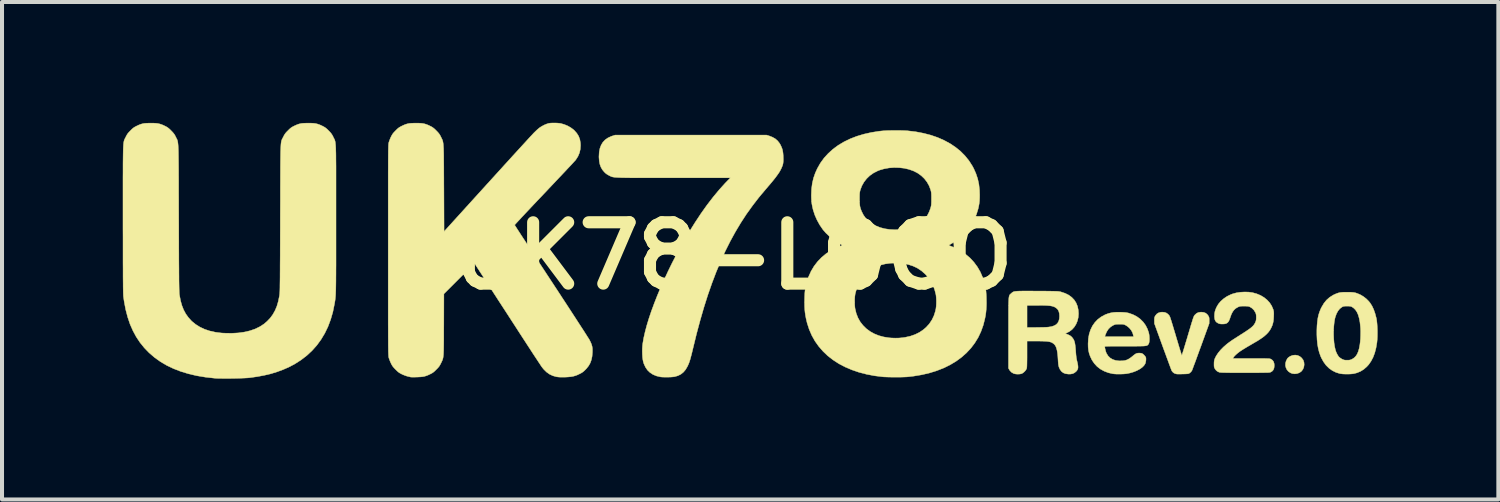
<source format=kicad_pcb>
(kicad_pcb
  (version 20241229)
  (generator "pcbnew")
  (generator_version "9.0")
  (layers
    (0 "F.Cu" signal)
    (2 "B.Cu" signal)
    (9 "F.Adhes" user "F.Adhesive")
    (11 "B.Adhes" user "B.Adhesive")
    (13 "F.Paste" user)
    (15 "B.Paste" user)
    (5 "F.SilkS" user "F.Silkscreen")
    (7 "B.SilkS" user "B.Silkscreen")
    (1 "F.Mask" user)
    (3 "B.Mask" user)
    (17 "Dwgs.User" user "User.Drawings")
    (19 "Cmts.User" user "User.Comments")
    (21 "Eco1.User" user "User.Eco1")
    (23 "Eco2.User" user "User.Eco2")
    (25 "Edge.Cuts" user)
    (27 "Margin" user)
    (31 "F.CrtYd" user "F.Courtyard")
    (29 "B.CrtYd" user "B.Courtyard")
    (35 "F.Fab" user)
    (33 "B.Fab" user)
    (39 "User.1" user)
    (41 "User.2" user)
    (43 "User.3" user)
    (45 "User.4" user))
  (footprint "UK78-LOGO"
    (layer "F.Cu")
    (at 15.165 3.306)
    (property "Reference" "UK78-LOGO" (at 0 0 0) (layer "F.SilkS") (effects (font (size 1.524 1.524) (thickness 0.3))))
    (attr through_hole)
    (fp_poly (pts (xy 14.02 2.473) (xy 14.073 2.497) (xy 14.118 2.534) (xy 14.155 2.583) (xy 14.16 2.592) (xy 14.178 2.647) (xy 14.182 2.706) (xy 14.173 2.764) (xy 14.151 2.818) (xy 14.117 2.863) (xy 14.113 2.868) (xy 14.065 2.902) (xy 14.01 2.923) (xy 13.95 2.931) (xy 13.891 2.924) (xy 13.845 2.908) (xy 13.794 2.874) (xy 13.755 2.83) (xy 13.73 2.779) (xy 13.717 2.723) (xy 13.719 2.665) (xy 13.735 2.607) (xy 13.765 2.551) (xy 13.771 2.543) (xy 13.79 2.525) (xy 13.818 2.505) (xy 13.844 2.49) (xy 13.903 2.469) (xy 13.963 2.464) (xy 14.02 2.473)) (stroke (width 0.01) (type solid)) (fill yes) (layer "F.SilkS"))
    (fp_poly (pts (xy 11.688 1.404) (xy 11.737 1.423) (xy 11.777 1.457) (xy 11.798 1.485) (xy 11.81 1.507) (xy 11.818 1.525) (xy 11.822 1.546) (xy 11.823 1.575) (xy 11.823 1.604) (xy 11.822 1.681) (xy 11.614 2.254) (xy 11.579 2.348) (xy 11.546 2.439) (xy 11.515 2.524) (xy 11.487 2.602) (xy 11.461 2.672) (xy 11.438 2.732) (xy 11.42 2.781) (xy 11.406 2.819) (xy 11.397 2.842) (xy 11.393 2.851) (xy 11.367 2.886) (xy 11.33 2.916) (xy 11.32 2.922) (xy 11.303 2.927) (xy 11.274 2.931) (xy 11.231 2.933) (xy 11.173 2.935) (xy 11.159 2.935) (xy 11.112 2.936) (xy 11.07 2.936) (xy 11.038 2.936) (xy 11.017 2.935) (xy 11.011 2.934) (xy 10.997 2.93) (xy 10.98 2.926) (xy 10.952 2.914) (xy 10.922 2.891) (xy 10.898 2.863) (xy 10.892 2.852) (xy 10.887 2.84) (xy 10.876 2.813) (xy 10.861 2.774) (xy 10.842 2.722) (xy 10.819 2.66) (xy 10.793 2.588) (xy 10.763 2.508) (xy 10.732 2.422) (xy 10.698 2.331) (xy 10.67 2.254) (xy 10.462 1.681) (xy 10.461 1.604) (xy 10.461 1.566) (xy 10.463 1.54) (xy 10.468 1.52) (xy 10.477 1.501) (xy 10.486 1.485) (xy 10.521 1.443) (xy 10.564 1.415) (xy 10.616 1.4) (xy 10.655 1.397) (xy 10.711 1.402) (xy 10.756 1.417) (xy 10.795 1.444) (xy 10.814 1.463) (xy 10.82 1.47) (xy 10.826 1.477) (xy 10.832 1.484) (xy 10.837 1.494) (xy 10.843 1.506) (xy 10.85 1.522) (xy 10.858 1.544) (xy 10.867 1.573) (xy 10.879 1.609) (xy 10.893 1.654) (xy 10.91 1.71) (xy 10.93 1.776) (xy 10.954 1.856) (xy 10.982 1.949) (xy 11.014 2.057) (xy 11.016 2.064) (xy 11.04 2.143) (xy 11.062 2.218) (xy 11.083 2.286) (xy 11.101 2.346) (xy 11.117 2.396) (xy 11.129 2.434) (xy 11.137 2.46) (xy 11.142 2.472) (xy 11.142 2.472) (xy 11.145 2.464) (xy 11.153 2.442) (xy 11.164 2.406) (xy 11.179 2.359) (xy 11.197 2.301) (xy 11.217 2.235) (xy 11.239 2.162) (xy 11.263 2.083) (xy 11.269 2.064) (xy 11.301 1.955) (xy 11.329 1.861) (xy 11.353 1.781) (xy 11.373 1.713) (xy 11.39 1.657) (xy 11.405 1.611) (xy 11.416 1.574) (xy 11.426 1.546) (xy 11.434 1.523) (xy 11.441 1.507) (xy 11.447 1.494) (xy 11.452 1.485) (xy 11.458 1.477) (xy 11.464 1.471) (xy 11.47 1.463) (xy 11.471 1.463) (xy 11.508 1.429) (xy 11.549 1.408) (xy 11.599 1.399) (xy 11.629 1.397) (xy 11.688 1.404)) (stroke (width 0.01) (type solid)) (fill yes) (layer "F.SilkS"))
    (fp_poly (pts (xy 15.317 0.902) (xy 15.372 0.905) (xy 15.419 0.91) (xy 15.461 0.919) (xy 15.501 0.933) (xy 15.545 0.951) (xy 15.586 0.97) (xy 15.656 1.012) (xy 15.724 1.065) (xy 15.785 1.126) (xy 15.819 1.168) (xy 15.867 1.243) (xy 15.909 1.332) (xy 15.944 1.433) (xy 15.973 1.543) (xy 15.978 1.565) (xy 15.986 1.62) (xy 15.993 1.689) (xy 15.998 1.766) (xy 16.001 1.849) (xy 16.001 1.932) (xy 16 2.013) (xy 15.996 2.087) (xy 15.99 2.15) (xy 15.967 2.287) (xy 15.935 2.411) (xy 15.894 2.52) (xy 15.843 2.617) (xy 15.784 2.702) (xy 15.739 2.751) (xy 15.664 2.817) (xy 15.583 2.868) (xy 15.494 2.905) (xy 15.418 2.925) (xy 15.376 2.931) (xy 15.323 2.935) (xy 15.263 2.937) (xy 15.201 2.936) (xy 15.144 2.934) (xy 15.095 2.928) (xy 15.072 2.925) (xy 14.974 2.895) (xy 14.883 2.85) (xy 14.8 2.791) (xy 14.726 2.718) (xy 14.663 2.632) (xy 14.609 2.534) (xy 14.589 2.488) (xy 14.556 2.394) (xy 14.531 2.296) (xy 14.513 2.192) (xy 14.502 2.079) (xy 14.497 1.957) (xy 14.913 1.957) (xy 14.917 2.062) (xy 14.925 2.162) (xy 14.939 2.253) (xy 14.957 2.332) (xy 14.958 2.337) (xy 14.976 2.389) (xy 15 2.44) (xy 15.027 2.485) (xy 15.046 2.51) (xy 15.068 2.529) (xy 15.098 2.55) (xy 15.123 2.565) (xy 15.152 2.578) (xy 15.176 2.586) (xy 15.203 2.59) (xy 15.238 2.591) (xy 15.248 2.591) (xy 15.287 2.59) (xy 15.315 2.587) (xy 15.34 2.58) (xy 15.366 2.569) (xy 15.374 2.565) (xy 15.422 2.534) (xy 15.463 2.494) (xy 15.497 2.443) (xy 15.525 2.379) (xy 15.548 2.301) (xy 15.565 2.211) (xy 15.574 2.14) (xy 15.581 2.057) (xy 15.584 1.968) (xy 15.585 1.878) (xy 15.582 1.794) (xy 15.579 1.757) (xy 15.567 1.645) (xy 15.548 1.548) (xy 15.524 1.465) (xy 15.493 1.396) (xy 15.455 1.339) (xy 15.41 1.295) (xy 15.376 1.272) (xy 15.357 1.261) (xy 15.339 1.255) (xy 15.318 1.251) (xy 15.289 1.249) (xy 15.248 1.249) (xy 15.207 1.249) (xy 15.179 1.251) (xy 15.158 1.255) (xy 15.14 1.261) (xy 15.121 1.272) (xy 15.068 1.312) (xy 15.023 1.367) (xy 14.985 1.436) (xy 14.956 1.517) (xy 14.944 1.562) (xy 14.929 1.65) (xy 14.919 1.747) (xy 14.913 1.851) (xy 14.913 1.957) (xy 14.497 1.957) (xy 14.497 1.955) (xy 14.497 1.85) (xy 14.501 1.737) (xy 14.51 1.637) (xy 14.522 1.548) (xy 14.54 1.467) (xy 14.564 1.391) (xy 14.594 1.317) (xy 14.615 1.275) (xy 14.671 1.18) (xy 14.737 1.098) (xy 14.813 1.031) (xy 14.898 0.977) (xy 14.911 0.97) (xy 14.96 0.947) (xy 15.003 0.93) (xy 15.044 0.917) (xy 15.086 0.909) (xy 15.134 0.904) (xy 15.192 0.902) (xy 15.248 0.902) (xy 15.317 0.902)) (stroke (width 0.01) (type solid)) (fill yes) (layer "F.SilkS"))
    (fp_poly (pts (xy 9.611 1.399) (xy 9.618 1.399) (xy 9.681 1.402) (xy 9.731 1.405) (xy 9.771 1.41) (xy 9.805 1.417) (xy 9.822 1.421) (xy 9.928 1.458) (xy 10.025 1.508) (xy 10.11 1.57) (xy 10.183 1.643) (xy 10.243 1.725) (xy 10.29 1.818) (xy 10.322 1.913) (xy 10.331 1.961) (xy 10.336 2.013) (xy 10.338 2.065) (xy 10.336 2.114) (xy 10.33 2.154) (xy 10.32 2.184) (xy 10.316 2.19) (xy 10.308 2.201) (xy 10.301 2.21) (xy 10.292 2.218) (xy 10.282 2.224) (xy 10.268 2.23) (xy 10.249 2.234) (xy 10.224 2.237) (xy 10.191 2.24) (xy 10.15 2.241) (xy 10.099 2.243) (xy 10.036 2.243) (xy 9.961 2.244) (xy 9.871 2.244) (xy 9.767 2.244) (xy 9.735 2.244) (xy 9.629 2.244) (xy 9.54 2.244) (xy 9.464 2.244) (xy 9.402 2.244) (xy 9.352 2.245) (xy 9.313 2.246) (xy 9.283 2.247) (xy 9.261 2.248) (xy 9.246 2.249) (xy 9.236 2.251) (xy 9.231 2.254) (xy 9.229 2.257) (xy 9.229 2.258) (xy 9.232 2.286) (xy 9.24 2.323) (xy 9.25 2.363) (xy 9.262 2.399) (xy 9.272 2.423) (xy 9.312 2.486) (xy 9.363 2.536) (xy 9.425 2.573) (xy 9.498 2.597) (xy 9.581 2.608) (xy 9.614 2.608) (xy 9.678 2.606) (xy 9.733 2.598) (xy 9.783 2.582) (xy 9.831 2.557) (xy 9.882 2.522) (xy 9.923 2.489) (xy 9.953 2.464) (xy 9.982 2.443) (xy 10.006 2.428) (xy 10.013 2.425) (xy 10.048 2.416) (xy 10.091 2.414) (xy 10.131 2.418) (xy 10.154 2.424) (xy 10.179 2.44) (xy 10.205 2.464) (xy 10.229 2.491) (xy 10.246 2.517) (xy 10.25 2.527) (xy 10.253 2.559) (xy 10.251 2.6) (xy 10.244 2.641) (xy 10.234 2.675) (xy 10.232 2.68) (xy 10.201 2.727) (xy 10.155 2.772) (xy 10.096 2.813) (xy 10.025 2.851) (xy 9.945 2.883) (xy 9.857 2.909) (xy 9.781 2.925) (xy 9.741 2.93) (xy 9.69 2.934) (xy 9.632 2.936) (xy 9.572 2.937) (xy 9.516 2.936) (xy 9.467 2.933) (xy 9.431 2.929) (xy 9.317 2.903) (xy 9.213 2.863) (xy 9.12 2.812) (xy 9.038 2.748) (xy 8.968 2.672) (xy 8.91 2.586) (xy 8.9 2.566) (xy 8.866 2.493) (xy 8.841 2.423) (xy 8.825 2.35) (xy 8.816 2.271) (xy 8.814 2.182) (xy 8.821 2.059) (xy 8.83 2.007) (xy 9.23 2.007) (xy 9.942 2.007) (xy 9.937 1.971) (xy 9.92 1.911) (xy 9.889 1.853) (xy 9.846 1.799) (xy 9.795 1.753) (xy 9.75 1.724) (xy 9.727 1.713) (xy 9.708 1.705) (xy 9.688 1.701) (xy 9.664 1.698) (xy 9.629 1.698) (xy 9.597 1.698) (xy 9.553 1.698) (xy 9.521 1.699) (xy 9.498 1.702) (xy 9.477 1.708) (xy 9.455 1.717) (xy 9.439 1.724) (xy 9.375 1.764) (xy 9.321 1.816) (xy 9.278 1.882) (xy 9.245 1.958) (xy 9.241 1.97) (xy 9.23 2.007) (xy 8.83 2.007) (xy 8.841 1.944) (xy 8.875 1.838) (xy 8.922 1.741) (xy 8.982 1.655) (xy 9.053 1.58) (xy 9.136 1.517) (xy 9.231 1.465) (xy 9.251 1.456) (xy 9.316 1.432) (xy 9.381 1.415) (xy 9.448 1.404) (xy 9.524 1.399) (xy 9.611 1.399)) (stroke (width 0.01) (type solid)) (fill yes) (layer "F.SilkS"))
    (fp_poly (pts (xy 0.889 -2.982) (xy 0.973 -2.949) (xy 1.044 -2.909) (xy 1.102 -2.858) (xy 1.15 -2.797) (xy 1.177 -2.749) (xy 1.2 -2.698) (xy 1.217 -2.653) (xy 1.228 -2.606) (xy 1.236 -2.555) (xy 1.241 -2.493) (xy 1.242 -2.456) (xy 1.244 -2.392) (xy 1.242 -2.341) (xy 1.237 -2.297) (xy 1.228 -2.256) (xy 1.212 -2.215) (xy 1.191 -2.167) (xy 1.185 -2.155) (xy 1.165 -2.117) (xy 1.142 -2.077) (xy 1.113 -2.034) (xy 1.079 -1.987) (xy 1.039 -1.933) (xy 0.99 -1.872) (xy 0.932 -1.802) (xy 0.863 -1.721) (xy 0.854 -1.71) (xy 0.809 -1.658) (xy 0.764 -1.604) (xy 0.721 -1.553) (xy 0.682 -1.507) (xy 0.65 -1.468) (xy 0.63 -1.444) (xy 0.476 -1.244) (xy 0.328 -1.038) (xy 0.188 -0.823) (xy 0.054 -0.599) (xy -0.074 -0.366) (xy -0.196 -0.123) (xy -0.312 0.132) (xy -0.423 0.398) (xy -0.529 0.677) (xy -0.631 0.969) (xy -0.728 1.275) (xy -0.821 1.596) (xy -0.911 1.931) (xy -0.986 2.238) (xy -1.009 2.332) (xy -1.028 2.411) (xy -1.045 2.477) (xy -1.06 2.533) (xy -1.073 2.58) (xy -1.086 2.62) (xy -1.098 2.655) (xy -1.111 2.687) (xy -1.125 2.719) (xy -1.14 2.75) (xy -1.186 2.828) (xy -1.24 2.891) (xy -1.303 2.941) (xy -1.375 2.977) (xy -1.458 3.001) (xy -1.495 3.006) (xy -1.545 3.01) (xy -1.602 3.012) (xy -1.662 3.013) (xy -1.72 3.012) (xy -1.772 3.01) (xy -1.812 3.006) (xy -1.815 3.005) (xy -1.911 2.982) (xy -1.996 2.946) (xy -2.069 2.898) (xy -2.131 2.838) (xy -2.181 2.765) (xy -2.22 2.68) (xy -2.236 2.628) (xy -2.246 2.578) (xy -2.254 2.516) (xy -2.258 2.446) (xy -2.26 2.371) (xy -2.259 2.297) (xy -2.254 2.226) (xy -2.248 2.176) (xy -2.224 2.037) (xy -2.19 1.887) (xy -2.147 1.725) (xy -2.095 1.554) (xy -2.034 1.373) (xy -1.965 1.186) (xy -1.889 0.992) (xy -1.806 0.793) (xy -1.716 0.591) (xy -1.621 0.386) (xy -1.52 0.179) (xy -1.413 -0.028) (xy -1.303 -0.234) (xy -1.242 -0.343) (xy -1.097 -0.592) (xy -0.949 -0.829) (xy -0.801 -1.053) (xy -0.651 -1.264) (xy -0.501 -1.459) (xy -0.351 -1.64) (xy -0.202 -1.805) (xy -0.173 -1.835) (xy -0.072 -1.939) (xy -1.486 -1.939) (xy -1.671 -1.939) (xy -1.841 -1.939) (xy -1.995 -1.939) (xy -2.135 -1.939) (xy -2.26 -1.939) (xy -2.373 -1.94) (xy -2.474 -1.94) (xy -2.563 -1.94) (xy -2.641 -1.941) (xy -2.71 -1.942) (xy -2.77 -1.943) (xy -2.821 -1.945) (xy -2.865 -1.947) (xy -2.902 -1.949) (xy -2.934 -1.951) (xy -2.96 -1.954) (xy -2.982 -1.958) (xy -3.001 -1.961) (xy -3.016 -1.966) (xy -3.03 -1.97) (xy -3.043 -1.976) (xy -3.055 -1.982) (xy -3.068 -1.988) (xy -3.082 -1.995) (xy -3.087 -1.998) (xy -3.135 -2.025) (xy -3.175 -2.055) (xy -3.207 -2.087) (xy -3.254 -2.144) (xy -3.289 -2.207) (xy -3.314 -2.277) (xy -3.329 -2.356) (xy -3.336 -2.447) (xy -3.336 -2.475) (xy -3.33 -2.579) (xy -3.312 -2.672) (xy -3.281 -2.753) (xy -3.239 -2.823) (xy -3.183 -2.882) (xy -3.115 -2.93) (xy -3.034 -2.968) (xy -3.008 -2.977) (xy -2.934 -3.001) (xy 0.826 -3.001) (xy 0.889 -2.982)) (stroke (width 0.01) (type solid)) (fill yes) (layer "F.SilkS"))
    (fp_poly (pts (xy 7.376 0.873) (xy 7.479 0.874) (xy 7.549 0.874) (xy 7.657 0.875) (xy 7.749 0.875) (xy 7.826 0.876) (xy 7.892 0.877) (xy 7.945 0.878) (xy 7.989 0.879) (xy 8.025 0.88) (xy 8.054 0.881) (xy 8.077 0.883) (xy 8.095 0.886) (xy 8.111 0.888) (xy 8.126 0.891) (xy 8.141 0.895) (xy 8.143 0.896) (xy 8.245 0.93) (xy 8.333 0.974) (xy 8.408 1.029) (xy 8.469 1.093) (xy 8.517 1.168) (xy 8.551 1.252) (xy 8.571 1.346) (xy 8.577 1.436) (xy 8.57 1.528) (xy 8.549 1.616) (xy 8.516 1.696) (xy 8.471 1.768) (xy 8.416 1.829) (xy 8.351 1.879) (xy 8.29 1.91) (xy 8.267 1.921) (xy 8.255 1.929) (xy 8.255 1.933) (xy 8.32 1.957) (xy 8.372 1.984) (xy 8.412 2.018) (xy 8.444 2.061) (xy 8.447 2.065) (xy 8.463 2.095) (xy 8.476 2.13) (xy 8.486 2.171) (xy 8.494 2.222) (xy 8.501 2.284) (xy 8.507 2.36) (xy 8.508 2.379) (xy 8.514 2.456) (xy 8.521 2.52) (xy 8.53 2.574) (xy 8.538 2.608) (xy 8.553 2.673) (xy 8.562 2.724) (xy 8.565 2.766) (xy 8.561 2.8) (xy 8.55 2.828) (xy 8.532 2.855) (xy 8.514 2.874) (xy 8.474 2.906) (xy 8.429 2.927) (xy 8.375 2.936) (xy 8.32 2.936) (xy 8.253 2.927) (xy 8.198 2.905) (xy 8.153 2.87) (xy 8.117 2.821) (xy 8.093 2.769) (xy 8.086 2.745) (xy 8.08 2.717) (xy 8.075 2.681) (xy 8.071 2.633) (xy 8.068 2.582) (xy 8.062 2.488) (xy 8.053 2.408) (xy 8.042 2.342) (xy 8.027 2.288) (xy 8.009 2.244) (xy 7.986 2.209) (xy 7.958 2.182) (xy 7.924 2.159) (xy 7.915 2.154) (xy 7.891 2.144) (xy 7.864 2.136) (xy 7.83 2.129) (xy 7.788 2.124) (xy 7.737 2.121) (xy 7.675 2.118) (xy 7.598 2.117) (xy 7.516 2.117) (xy 7.298 2.117) (xy 7.298 2.44) (xy 7.298 2.535) (xy 7.297 2.614) (xy 7.296 2.677) (xy 7.295 2.727) (xy 7.293 2.764) (xy 7.29 2.788) (xy 7.288 2.797) (xy 7.272 2.83) (xy 7.245 2.864) (xy 7.213 2.895) (xy 7.178 2.919) (xy 7.158 2.928) (xy 7.115 2.936) (xy 7.066 2.938) (xy 7.017 2.935) (xy 6.975 2.926) (xy 6.96 2.92) (xy 6.908 2.889) (xy 6.869 2.846) (xy 6.855 2.824) (xy 6.837 2.79) (xy 6.837 1.918) (xy 6.837 1.778) (xy 7.298 1.778) (xy 7.516 1.778) (xy 7.581 1.777) (xy 7.645 1.776) (xy 7.706 1.775) (xy 7.759 1.773) (xy 7.8 1.771) (xy 7.819 1.77) (xy 7.9 1.758) (xy 7.966 1.737) (xy 8.019 1.708) (xy 8.058 1.669) (xy 8.085 1.62) (xy 8.1 1.56) (xy 8.104 1.495) (xy 8.099 1.428) (xy 8.084 1.373) (xy 8.059 1.329) (xy 8.021 1.294) (xy 7.982 1.27) (xy 7.957 1.26) (xy 7.929 1.251) (xy 7.896 1.244) (xy 7.857 1.238) (xy 7.809 1.234) (xy 7.75 1.231) (xy 7.68 1.229) (xy 7.596 1.228) (xy 7.525 1.228) (xy 7.298 1.228) (xy 7.298 1.778) (xy 6.837 1.778) (xy 6.837 1.773) (xy 6.837 1.644) (xy 6.837 1.53) (xy 6.837 1.43) (xy 6.837 1.343) (xy 6.838 1.268) (xy 6.839 1.204) (xy 6.84 1.15) (xy 6.842 1.105) (xy 6.844 1.069) (xy 6.847 1.039) (xy 6.851 1.015) (xy 6.855 0.996) (xy 6.86 0.982) (xy 6.866 0.97) (xy 6.873 0.961) (xy 6.881 0.953) (xy 6.89 0.945) (xy 6.9 0.936) (xy 6.904 0.933) (xy 6.917 0.921) (xy 6.929 0.911) (xy 6.942 0.902) (xy 6.956 0.894) (xy 6.973 0.888) (xy 6.995 0.883) (xy 7.022 0.88) (xy 7.056 0.877) (xy 7.098 0.875) (xy 7.15 0.874) (xy 7.212 0.873) (xy 7.287 0.873) (xy 7.376 0.873)) (stroke (width 0.01) (type solid)) (fill yes) (layer "F.SilkS"))
    (fp_poly (pts (xy 12.804 0.9) (xy 12.899 0.913) (xy 12.899 0.913) (xy 13.003 0.942) (xy 13.099 0.982) (xy 13.186 1.034) (xy 13.261 1.095) (xy 13.325 1.165) (xy 13.375 1.242) (xy 13.411 1.326) (xy 13.413 1.332) (xy 13.42 1.358) (xy 13.425 1.383) (xy 13.427 1.41) (xy 13.428 1.443) (xy 13.426 1.488) (xy 13.426 1.506) (xy 13.422 1.574) (xy 13.415 1.631) (xy 13.404 1.681) (xy 13.389 1.729) (xy 13.366 1.779) (xy 13.361 1.791) (xy 13.329 1.848) (xy 13.289 1.901) (xy 13.239 1.953) (xy 13.179 2.005) (xy 13.106 2.057) (xy 13.02 2.113) (xy 12.969 2.142) (xy 12.872 2.199) (xy 12.789 2.247) (xy 12.719 2.289) (xy 12.66 2.325) (xy 12.613 2.356) (xy 12.598 2.365) (xy 12.557 2.395) (xy 12.515 2.429) (xy 12.478 2.462) (xy 12.448 2.493) (xy 12.427 2.519) (xy 12.424 2.525) (xy 12.412 2.548) (xy 12.866 2.548) (xy 12.966 2.548) (xy 13.05 2.549) (xy 13.12 2.549) (xy 13.177 2.549) (xy 13.223 2.55) (xy 13.259 2.551) (xy 13.287 2.552) (xy 13.309 2.553) (xy 13.325 2.555) (xy 13.337 2.558) (xy 13.346 2.561) (xy 13.355 2.565) (xy 13.358 2.566) (xy 13.396 2.593) (xy 13.423 2.631) (xy 13.437 2.68) (xy 13.44 2.726) (xy 13.434 2.785) (xy 13.416 2.832) (xy 13.385 2.867) (xy 13.343 2.891) (xy 13.328 2.895) (xy 13.313 2.897) (xy 13.281 2.899) (xy 13.232 2.9) (xy 13.168 2.901) (xy 13.088 2.902) (xy 12.993 2.903) (xy 12.884 2.903) (xy 12.76 2.903) (xy 12.7 2.903) (xy 12.581 2.903) (xy 12.478 2.903) (xy 12.389 2.903) (xy 12.314 2.902) (xy 12.252 2.901) (xy 12.201 2.9) (xy 12.16 2.899) (xy 12.128 2.898) (xy 12.104 2.896) (xy 12.086 2.894) (xy 12.075 2.892) (xy 12.071 2.891) (xy 12.022 2.867) (xy 11.985 2.833) (xy 11.966 2.804) (xy 11.954 2.784) (xy 11.948 2.765) (xy 11.944 2.743) (xy 11.943 2.713) (xy 11.943 2.684) (xy 11.944 2.637) (xy 11.949 2.601) (xy 11.957 2.569) (xy 11.962 2.555) (xy 11.996 2.486) (xy 12.044 2.413) (xy 12.104 2.34) (xy 12.174 2.268) (xy 12.234 2.215) (xy 12.267 2.187) (xy 12.301 2.161) (xy 12.337 2.135) (xy 12.376 2.107) (xy 12.422 2.076) (xy 12.477 2.041) (xy 12.542 1.999) (xy 12.603 1.96) (xy 12.682 1.91) (xy 12.747 1.867) (xy 12.801 1.831) (xy 12.845 1.799) (xy 12.88 1.77) (xy 12.908 1.744) (xy 12.93 1.719) (xy 12.947 1.694) (xy 12.962 1.668) (xy 12.968 1.655) (xy 12.98 1.627) (xy 12.987 1.6) (xy 12.991 1.57) (xy 12.992 1.53) (xy 12.992 1.528) (xy 12.991 1.488) (xy 12.988 1.458) (xy 12.982 1.433) (xy 12.971 1.406) (xy 12.97 1.405) (xy 12.934 1.347) (xy 12.885 1.299) (xy 12.842 1.272) (xy 12.822 1.262) (xy 12.804 1.256) (xy 12.784 1.252) (xy 12.758 1.25) (xy 12.722 1.249) (xy 12.691 1.249) (xy 12.647 1.249) (xy 12.615 1.25) (xy 12.591 1.253) (xy 12.571 1.258) (xy 12.551 1.266) (xy 12.529 1.277) (xy 12.481 1.305) (xy 12.441 1.342) (xy 12.406 1.388) (xy 12.376 1.446) (xy 12.349 1.518) (xy 12.344 1.535) (xy 12.323 1.592) (xy 12.301 1.634) (xy 12.274 1.663) (xy 12.241 1.682) (xy 12.199 1.691) (xy 12.151 1.693) (xy 12.113 1.692) (xy 12.085 1.688) (xy 12.06 1.68) (xy 12.039 1.67) (xy 12.001 1.645) (xy 11.975 1.613) (xy 11.96 1.573) (xy 11.954 1.521) (xy 11.953 1.498) (xy 11.956 1.436) (xy 11.965 1.382) (xy 11.983 1.327) (xy 12.006 1.274) (xy 12.051 1.197) (xy 12.111 1.126) (xy 12.184 1.062) (xy 12.267 1.006) (xy 12.359 0.961) (xy 12.407 0.943) (xy 12.498 0.918) (xy 12.598 0.903) (xy 12.702 0.897) (xy 12.804 0.9)) (stroke (width 0.01) (type solid)) (fill yes) (layer "F.SilkS"))
    (fp_poly (pts (xy 4.136 -3.115) (xy 4.208 -3.113) (xy 4.27 -3.111) (xy 4.321 -3.108) (xy 4.331 -3.107) (xy 4.533 -3.083) (xy 4.725 -3.046) (xy 4.907 -2.999) (xy 5.078 -2.94) (xy 5.237 -2.87) (xy 5.385 -2.79) (xy 5.521 -2.699) (xy 5.645 -2.599) (xy 5.755 -2.488) (xy 5.853 -2.367) (xy 5.937 -2.237) (xy 5.973 -2.17) (xy 6.029 -2.043) (xy 6.072 -1.914) (xy 6.101 -1.781) (xy 6.117 -1.64) (xy 6.121 -1.513) (xy 6.12 -1.434) (xy 6.117 -1.366) (xy 6.11 -1.303) (xy 6.099 -1.241) (xy 6.084 -1.172) (xy 6.079 -1.155) (xy 6.041 -1.031) (xy 5.988 -0.907) (xy 5.923 -0.787) (xy 5.849 -0.674) (xy 5.837 -0.659) (xy 5.773 -0.583) (xy 5.695 -0.506) (xy 5.609 -0.432) (xy 5.519 -0.365) (xy 5.429 -0.308) (xy 5.413 -0.299) (xy 5.382 -0.281) (xy 5.364 -0.27) (xy 5.358 -0.262) (xy 5.363 -0.258) (xy 5.364 -0.258) (xy 5.51 -0.198) (xy 5.645 -0.127) (xy 5.768 -0.043) (xy 5.88 0.051) (xy 5.978 0.157) (xy 6.064 0.273) (xy 6.137 0.399) (xy 6.196 0.536) (xy 6.236 0.662) (xy 6.251 0.723) (xy 6.263 0.778) (xy 6.272 0.829) (xy 6.279 0.881) (xy 6.283 0.939) (xy 6.287 1.007) (xy 6.288 1.074) (xy 6.29 1.17) (xy 6.288 1.254) (xy 6.284 1.33) (xy 6.277 1.403) (xy 6.267 1.476) (xy 6.252 1.554) (xy 6.251 1.558) (xy 6.21 1.722) (xy 6.154 1.878) (xy 6.085 2.025) (xy 6.001 2.162) (xy 5.904 2.291) (xy 5.794 2.409) (xy 5.671 2.518) (xy 5.535 2.618) (xy 5.388 2.706) (xy 5.228 2.785) (xy 5.057 2.852) (xy 4.874 2.909) (xy 4.681 2.954) (xy 4.477 2.988) (xy 4.322 3.006) (xy 4.281 3.008) (xy 4.226 3.01) (xy 4.162 3.012) (xy 4.09 3.013) (xy 4.016 3.013) (xy 3.941 3.012) (xy 3.871 3.011) (xy 3.807 3.009) (xy 3.755 3.007) (xy 3.721 3.005) (xy 3.511 2.979) (xy 3.312 2.941) (xy 3.123 2.892) (xy 2.945 2.831) (xy 2.778 2.76) (xy 2.622 2.678) (xy 2.479 2.585) (xy 2.347 2.483) (xy 2.229 2.37) (xy 2.123 2.248) (xy 2.03 2.117) (xy 1.951 1.976) (xy 1.886 1.826) (xy 1.835 1.668) (xy 1.809 1.558) (xy 1.794 1.479) (xy 1.783 1.406) (xy 1.776 1.333) (xy 1.772 1.258) (xy 1.771 1.174) (xy 1.771 1.147) (xy 3.015 1.147) (xy 3.017 1.217) (xy 3.022 1.28) (xy 3.027 1.313) (xy 3.055 1.43) (xy 3.098 1.539) (xy 3.154 1.639) (xy 3.224 1.728) (xy 3.305 1.808) (xy 3.398 1.877) (xy 3.502 1.935) (xy 3.616 1.981) (xy 3.739 2.014) (xy 3.871 2.035) (xy 3.933 2.04) (xy 4.03 2.043) (xy 4.117 2.041) (xy 4.202 2.033) (xy 4.267 2.024) (xy 4.398 1.995) (xy 4.518 1.953) (xy 4.627 1.899) (xy 4.725 1.832) (xy 4.791 1.775) (xy 4.871 1.687) (xy 4.935 1.591) (xy 4.985 1.487) (xy 5.021 1.374) (xy 5.034 1.313) (xy 5.041 1.257) (xy 5.045 1.19) (xy 5.046 1.119) (xy 5.043 1.05) (xy 5.038 0.989) (xy 5.033 0.957) (xy 5.002 0.838) (xy 4.957 0.723) (xy 4.898 0.615) (xy 4.827 0.516) (xy 4.77 0.454) (xy 4.678 0.373) (xy 4.578 0.306) (xy 4.469 0.254) (xy 4.351 0.215) (xy 4.223 0.19) (xy 4.085 0.178) (xy 4.03 0.177) (xy 3.896 0.183) (xy 3.773 0.2) (xy 3.66 0.229) (xy 3.553 0.27) (xy 3.452 0.325) (xy 3.424 0.343) (xy 3.331 0.415) (xy 3.248 0.5) (xy 3.175 0.595) (xy 3.114 0.701) (xy 3.066 0.813) (xy 3.032 0.932) (xy 3.027 0.957) (xy 3.02 1.011) (xy 3.016 1.077) (xy 3.015 1.147) (xy 1.771 1.147) (xy 1.772 1.078) (xy 1.772 1.074) (xy 1.774 0.995) (xy 1.777 0.93) (xy 1.782 0.873) (xy 1.789 0.821) (xy 1.799 0.769) (xy 1.811 0.714) (xy 1.825 0.662) (xy 1.871 0.518) (xy 1.932 0.383) (xy 2.006 0.258) (xy 2.094 0.143) (xy 2.194 0.039) (xy 2.307 -0.055) (xy 2.431 -0.136) (xy 2.568 -0.206) (xy 2.696 -0.258) (xy 2.702 -0.262) (xy 2.698 -0.269) (xy 2.682 -0.28) (xy 2.653 -0.296) (xy 2.648 -0.299) (xy 2.558 -0.354) (xy 2.467 -0.419) (xy 2.381 -0.492) (xy 2.301 -0.568) (xy 2.234 -0.645) (xy 2.223 -0.659) (xy 2.147 -0.77) (xy 2.081 -0.89) (xy 2.026 -1.014) (xy 1.986 -1.137) (xy 1.981 -1.155) (xy 1.965 -1.225) (xy 1.953 -1.289) (xy 1.945 -1.351) (xy 1.941 -1.417) (xy 1.941 -1.418) (xy 3.137 -1.418) (xy 3.137 -1.352) (xy 3.14 -1.298) (xy 3.144 -1.254) (xy 3.151 -1.214) (xy 3.162 -1.175) (xy 3.177 -1.134) (xy 3.187 -1.108) (xy 3.233 -1.016) (xy 3.292 -0.933) (xy 3.365 -0.86) (xy 3.449 -0.798) (xy 3.544 -0.746) (xy 3.649 -0.704) (xy 3.763 -0.674) (xy 3.886 -0.656) (xy 4.016 -0.649) (xy 4.154 -0.655) (xy 4.214 -0.661) (xy 4.317 -0.679) (xy 4.418 -0.707) (xy 4.513 -0.743) (xy 4.597 -0.787) (xy 4.619 -0.8) (xy 4.659 -0.83) (xy 4.703 -0.869) (xy 4.746 -0.912) (xy 4.785 -0.956) (xy 4.816 -0.996) (xy 4.825 -1.01) (xy 4.867 -1.094) (xy 4.902 -1.188) (xy 4.908 -1.212) (xy 4.914 -1.237) (xy 4.919 -1.266) (xy 4.921 -1.302) (xy 4.923 -1.348) (xy 4.923 -1.408) (xy 4.923 -1.418) (xy 4.923 -1.475) (xy 4.922 -1.519) (xy 4.92 -1.554) (xy 4.917 -1.582) (xy 4.912 -1.607) (xy 4.905 -1.633) (xy 4.904 -1.638) (xy 4.866 -1.74) (xy 4.813 -1.834) (xy 4.747 -1.919) (xy 4.668 -1.994) (xy 4.577 -2.059) (xy 4.476 -2.11) (xy 4.366 -2.149) (xy 4.247 -2.177) (xy 4.122 -2.191) (xy 3.996 -2.194) (xy 3.87 -2.185) (xy 3.748 -2.163) (xy 3.634 -2.13) (xy 3.584 -2.11) (xy 3.483 -2.058) (xy 3.392 -1.994) (xy 3.313 -1.918) (xy 3.247 -1.833) (xy 3.194 -1.739) (xy 3.156 -1.638) (xy 3.149 -1.611) (xy 3.144 -1.586) (xy 3.14 -1.558) (xy 3.138 -1.525) (xy 3.137 -1.483) (xy 3.137 -1.428) (xy 3.137 -1.418) (xy 1.941 -1.418) (xy 1.939 -1.493) (xy 1.939 -1.513) (xy 1.945 -1.662) (xy 1.963 -1.801) (xy 1.994 -1.934) (xy 2.039 -2.062) (xy 2.088 -2.17) (xy 2.165 -2.305) (xy 2.255 -2.43) (xy 2.36 -2.545) (xy 2.477 -2.651) (xy 2.607 -2.747) (xy 2.749 -2.832) (xy 2.903 -2.907) (xy 3.068 -2.971) (xy 3.245 -3.024) (xy 3.432 -3.066) (xy 3.629 -3.097) (xy 3.73 -3.107) (xy 3.776 -3.11) (xy 3.836 -3.113) (xy 3.906 -3.114) (xy 3.982 -3.115) (xy 4.06 -3.115) (xy 4.136 -3.115)) (stroke (width 0.01) (type solid)) (fill yes) (layer "F.SilkS"))
    (fp_poly (pts (xy -4.371 -3.299) (xy -4.318 -3.294) (xy -4.286 -3.289) (xy -4.201 -3.265) (xy -4.117 -3.231) (xy -4.039 -3.187) (xy -3.971 -3.137) (xy -3.948 -3.116) (xy -3.887 -3.047) (xy -3.841 -2.973) (xy -3.811 -2.892) (xy -3.796 -2.803) (xy -3.793 -2.745) (xy -3.8 -2.648) (xy -3.821 -2.558) (xy -3.857 -2.473) (xy -3.909 -2.391) (xy -3.917 -2.38) (xy -3.926 -2.369) (xy -3.947 -2.347) (xy -3.977 -2.314) (xy -4.017 -2.27) (xy -4.066 -2.218) (xy -4.123 -2.158) (xy -4.187 -2.089) (xy -4.258 -2.014) (xy -4.335 -1.933) (xy -4.416 -1.847) (xy -4.502 -1.756) (xy -4.592 -1.661) (xy -4.684 -1.563) (xy -4.689 -1.558) (xy -4.781 -1.461) (xy -4.87 -1.368) (xy -4.955 -1.278) (xy -5.035 -1.193) (xy -5.109 -1.114) (xy -5.178 -1.041) (xy -5.24 -0.975) (xy -5.294 -0.916) (xy -5.341 -0.866) (xy -5.378 -0.826) (xy -5.406 -0.795) (xy -5.424 -0.775) (xy -5.43 -0.767) (xy -5.431 -0.767) (xy -5.426 -0.759) (xy -5.412 -0.738) (xy -5.39 -0.703) (xy -5.361 -0.657) (xy -5.323 -0.6) (xy -5.279 -0.531) (xy -5.228 -0.453) (xy -5.17 -0.365) (xy -5.107 -0.269) (xy -5.039 -0.164) (xy -4.966 -0.052) (xy -4.888 0.066) (xy -4.807 0.191) (xy -4.722 0.32) (xy -4.634 0.454) (xy -4.543 0.593) (xy -4.521 0.626) (xy -4.429 0.766) (xy -4.339 0.903) (xy -4.252 1.037) (xy -4.167 1.166) (xy -4.087 1.289) (xy -4.01 1.407) (xy -3.938 1.518) (xy -3.871 1.621) (xy -3.809 1.717) (xy -3.753 1.803) (xy -3.703 1.88) (xy -3.661 1.946) (xy -3.626 2.002) (xy -3.598 2.045) (xy -3.579 2.076) (xy -3.568 2.094) (xy -3.568 2.095) (xy -3.539 2.154) (xy -3.519 2.204) (xy -3.506 2.252) (xy -3.499 2.302) (xy -3.498 2.36) (xy -3.499 2.4) (xy -3.507 2.498) (xy -3.525 2.583) (xy -3.552 2.659) (xy -3.591 2.729) (xy -3.642 2.794) (xy -3.67 2.824) (xy -3.707 2.86) (xy -3.74 2.887) (xy -3.774 2.909) (xy -3.816 2.931) (xy -3.819 2.932) (xy -3.875 2.959) (xy -3.927 2.978) (xy -3.978 2.992) (xy -4.034 3.002) (xy -4.097 3.008) (xy -4.173 3.012) (xy -4.178 3.012) (xy -4.243 3.013) (xy -4.294 3.013) (xy -4.336 3.01) (xy -4.373 3.006) (xy -4.394 3.003) (xy -4.482 2.978) (xy -4.563 2.94) (xy -4.638 2.887) (xy -4.708 2.818) (xy -4.743 2.775) (xy -4.752 2.763) (xy -4.766 2.744) (xy -4.785 2.715) (xy -4.809 2.678) (xy -4.84 2.632) (xy -4.876 2.577) (xy -4.919 2.512) (xy -4.968 2.438) (xy -5.023 2.353) (xy -5.085 2.258) (xy -5.154 2.152) (xy -5.23 2.035) (xy -5.314 1.906) (xy -5.404 1.766) (xy -5.503 1.614) (xy -5.609 1.45) (xy -5.724 1.273) (xy -5.847 1.084) (xy -5.978 0.881) (xy -6.118 0.665) (xy -6.266 0.435) (xy -6.388 0.247) (xy -6.428 0.184) (xy -6.808 0.564) (xy -7.188 0.944) (xy -7.19 1.71) (xy -7.191 1.845) (xy -7.191 1.964) (xy -7.191 2.069) (xy -7.192 2.16) (xy -7.193 2.238) (xy -7.194 2.306) (xy -7.195 2.363) (xy -7.197 2.412) (xy -7.199 2.453) (xy -7.203 2.487) (xy -7.206 2.516) (xy -7.211 2.541) (xy -7.216 2.562) (xy -7.223 2.582) (xy -7.23 2.601) (xy -7.239 2.62) (xy -7.249 2.64) (xy -7.26 2.664) (xy -7.262 2.667) (xy -7.281 2.704) (xy -7.299 2.735) (xy -7.32 2.763) (xy -7.347 2.793) (xy -7.378 2.824) (xy -7.414 2.86) (xy -7.444 2.886) (xy -7.472 2.906) (xy -7.503 2.924) (xy -7.536 2.94) (xy -7.587 2.964) (xy -7.632 2.981) (xy -7.676 2.994) (xy -7.722 3.002) (xy -7.774 3.007) (xy -7.838 3.01) (xy -7.866 3.011) (xy -7.913 3.012) (xy -7.954 3.012) (xy -7.987 3.012) (xy -8.008 3.011) (xy -8.014 3.011) (xy -8.026 3.007) (xy -8.049 3.002) (xy -8.08 2.994) (xy -8.086 2.993) (xy -8.122 2.983) (xy -8.166 2.967) (xy -8.211 2.949) (xy -8.229 2.94) (xy -8.267 2.921) (xy -8.297 2.903) (xy -8.326 2.882) (xy -8.356 2.854) (xy -8.387 2.824) (xy -8.422 2.788) (xy -8.448 2.758) (xy -8.469 2.73) (xy -8.487 2.699) (xy -8.503 2.667) (xy -8.522 2.625) (xy -8.539 2.581) (xy -8.553 2.542) (xy -8.557 2.527) (xy -8.558 2.521) (xy -8.56 2.514) (xy -8.561 2.506) (xy -8.562 2.495) (xy -8.563 2.482) (xy -8.564 2.466) (xy -8.565 2.445) (xy -8.566 2.421) (xy -8.567 2.392) (xy -8.568 2.357) (xy -8.568 2.316) (xy -8.569 2.269) (xy -8.57 2.214) (xy -8.57 2.152) (xy -8.57 2.081) (xy -8.571 2.002) (xy -8.571 1.913) (xy -8.571 1.814) (xy -8.572 1.704) (xy -8.572 1.583) (xy -8.572 1.451) (xy -8.572 1.306) (xy -8.572 1.149) (xy -8.572 0.978) (xy -8.572 0.793) (xy -8.572 0.593) (xy -8.572 0.379) (xy -8.572 0.149) (xy -8.572 -0.098) (xy -8.572 -0.144) (xy -8.572 -0.393) (xy -8.572 -0.627) (xy -8.572 -0.844) (xy -8.572 -1.046) (xy -8.572 -1.234) (xy -8.572 -1.407) (xy -8.572 -1.567) (xy -8.572 -1.714) (xy -8.572 -1.848) (xy -8.572 -1.971) (xy -8.572 -2.083) (xy -8.571 -2.183) (xy -8.571 -2.274) (xy -8.571 -2.355) (xy -8.57 -2.428) (xy -8.57 -2.491) (xy -8.569 -2.547) (xy -8.569 -2.596) (xy -8.568 -2.638) (xy -8.567 -2.674) (xy -8.566 -2.704) (xy -8.566 -2.729) (xy -8.565 -2.75) (xy -8.564 -2.767) (xy -8.563 -2.781) (xy -8.561 -2.792) (xy -8.56 -2.801) (xy -8.559 -2.808) (xy -8.557 -2.814) (xy -8.557 -2.815) (xy -8.546 -2.85) (xy -8.53 -2.892) (xy -8.512 -2.936) (xy -8.503 -2.955) (xy -8.484 -2.992) (xy -8.466 -3.022) (xy -8.445 -3.051) (xy -8.417 -3.081) (xy -8.387 -3.112) (xy -8.351 -3.148) (xy -8.321 -3.174) (xy -8.293 -3.194) (xy -8.261 -3.212) (xy -8.229 -3.228) (xy -8.178 -3.252) (xy -8.132 -3.27) (xy -8.089 -3.282) (xy -8.043 -3.291) (xy -7.992 -3.295) (xy -7.931 -3.297) (xy -7.882 -3.298) (xy -7.812 -3.297) (xy -7.755 -3.294) (xy -7.706 -3.288) (xy -7.661 -3.278) (xy -7.618 -3.264) (xy -7.571 -3.245) (xy -7.536 -3.228) (xy -7.498 -3.209) (xy -7.468 -3.191) (xy -7.44 -3.17) (xy -7.409 -3.143) (xy -7.378 -3.112) (xy -7.343 -3.076) (xy -7.317 -3.046) (xy -7.296 -3.018) (xy -7.278 -2.987) (xy -7.262 -2.955) (xy -7.252 -2.934) (xy -7.243 -2.917) (xy -7.235 -2.9) (xy -7.228 -2.885) (xy -7.222 -2.869) (xy -7.216 -2.851) (xy -7.212 -2.831) (xy -7.208 -2.808) (xy -7.204 -2.781) (xy -7.201 -2.749) (xy -7.199 -2.711) (xy -7.196 -2.666) (xy -7.195 -2.612) (xy -7.193 -2.551) (xy -7.192 -2.479) (xy -7.192 -2.396) (xy -7.191 -2.302) (xy -7.19 -2.196) (xy -7.19 -2.076) (xy -7.189 -1.941) (xy -7.189 -1.791) (xy -7.188 -1.685) (xy -7.184 -0.605) (xy -6.113 -1.785) (xy -6.002 -1.907) (xy -5.893 -2.027) (xy -5.787 -2.143) (xy -5.685 -2.256) (xy -5.586 -2.364) (xy -5.493 -2.467) (xy -5.404 -2.564) (xy -5.322 -2.654) (xy -5.246 -2.737) (xy -5.177 -2.812) (xy -5.116 -2.879) (xy -5.064 -2.936) (xy -5.02 -2.983) (xy -4.986 -3.019) (xy -4.963 -3.045) (xy -4.952 -3.056) (xy -4.915 -3.092) (xy -4.877 -3.128) (xy -4.841 -3.159) (xy -4.812 -3.183) (xy -4.807 -3.187) (xy -4.754 -3.22) (xy -4.696 -3.251) (xy -4.639 -3.275) (xy -4.588 -3.291) (xy -4.582 -3.293) (xy -4.541 -3.298) (xy -4.488 -3.301) (xy -4.43 -3.301) (xy -4.371 -3.299)) (stroke (width 0.01) (type solid)) (fill yes) (layer "F.SilkS"))
    (fp_poly (pts (xy -10.488 -3.297) (xy -10.43 -3.294) (xy -10.381 -3.288) (xy -10.337 -3.278) (xy -10.293 -3.264) (xy -10.246 -3.245) (xy -10.211 -3.228) (xy -10.174 -3.209) (xy -10.143 -3.191) (xy -10.115 -3.17) (xy -10.084 -3.143) (xy -10.053 -3.112) (xy -10.018 -3.076) (xy -9.992 -3.046) (xy -9.972 -3.018) (xy -9.953 -2.987) (xy -9.937 -2.955) (xy -9.93 -2.939) (xy -9.923 -2.925) (xy -9.916 -2.913) (xy -9.91 -2.901) (xy -9.904 -2.89) (xy -9.899 -2.877) (xy -9.895 -2.863) (xy -9.891 -2.847) (xy -9.887 -2.828) (xy -9.884 -2.805) (xy -9.881 -2.778) (xy -9.878 -2.747) (xy -9.876 -2.709) (xy -9.874 -2.666) (xy -9.873 -2.615) (xy -9.871 -2.557) (xy -9.87 -2.49) (xy -9.87 -2.415) (xy -9.869 -2.329) (xy -9.868 -2.233) (xy -9.868 -2.127) (xy -9.868 -2.008) (xy -9.868 -1.876) (xy -9.868 -1.732) (xy -9.868 -1.574) (xy -9.868 -1.401) (xy -9.868 -1.212) (xy -9.868 -1.008) (xy -9.868 -0.919) (xy -9.868 -0.708) (xy -9.868 -0.515) (xy -9.868 -0.336) (xy -9.868 -0.172) (xy -9.868 -0.023) (xy -9.868 0.114) (xy -9.868 0.238) (xy -9.869 0.35) (xy -9.869 0.451) (xy -9.87 0.541) (xy -9.87 0.623) (xy -9.871 0.695) (xy -9.872 0.759) (xy -9.873 0.815) (xy -9.874 0.865) (xy -9.876 0.909) (xy -9.877 0.948) (xy -9.879 0.982) (xy -9.881 1.012) (xy -9.884 1.04) (xy -9.886 1.065) (xy -9.889 1.088) (xy -9.892 1.111) (xy -9.896 1.134) (xy -9.9 1.157) (xy -9.904 1.181) (xy -9.907 1.198) (xy -9.947 1.395) (xy -10.001 1.581) (xy -10.067 1.757) (xy -10.147 1.923) (xy -10.24 2.078) (xy -10.345 2.222) (xy -10.463 2.354) (xy -10.594 2.476) (xy -10.737 2.586) (xy -10.892 2.685) (xy -11.036 2.761) (xy -11.181 2.825) (xy -11.33 2.88) (xy -11.485 2.928) (xy -11.65 2.967) (xy -11.826 3) (xy -12.016 3.027) (xy -12.018 3.027) (xy -12.059 3.031) (xy -12.114 3.034) (xy -12.18 3.037) (xy -12.255 3.04) (xy -12.337 3.042) (xy -12.422 3.044) (xy -12.508 3.045) (xy -12.592 3.045) (xy -12.672 3.045) (xy -12.745 3.044) (xy -12.808 3.043) (xy -12.859 3.041) (xy -12.882 3.039) (xy -13.112 3.013) (xy -13.329 2.977) (xy -13.533 2.929) (xy -13.725 2.871) (xy -13.905 2.801) (xy -14.073 2.721) (xy -14.229 2.629) (xy -14.375 2.525) (xy -14.508 2.41) (xy -14.51 2.409) (xy -14.629 2.286) (xy -14.735 2.155) (xy -14.83 2.013) (xy -14.912 1.861) (xy -14.984 1.698) (xy -15.043 1.523) (xy -15.092 1.337) (xy -15.13 1.137) (xy -15.149 1.008) (xy -15.15 0.994) (xy -15.151 0.974) (xy -15.152 0.947) (xy -15.153 0.913) (xy -15.154 0.871) (xy -15.155 0.82) (xy -15.156 0.761) (xy -15.156 0.692) (xy -15.157 0.612) (xy -15.158 0.521) (xy -15.158 0.419) (xy -15.158 0.305) (xy -15.159 0.179) (xy -15.159 0.039) (xy -15.159 -0.115) (xy -15.159 -0.284) (xy -15.159 -0.467) (xy -15.16 -0.666) (xy -15.16 -0.882) (xy -15.16 -0.919) (xy -15.16 -1.13) (xy -15.16 -1.324) (xy -15.16 -1.504) (xy -15.16 -1.668) (xy -15.16 -1.818) (xy -15.16 -1.955) (xy -15.159 -2.079) (xy -15.159 -2.19) (xy -15.159 -2.291) (xy -15.158 -2.38) (xy -15.157 -2.46) (xy -15.156 -2.53) (xy -15.155 -2.592) (xy -15.154 -2.646) (xy -15.152 -2.692) (xy -15.15 -2.732) (xy -15.148 -2.766) (xy -15.145 -2.795) (xy -15.142 -2.819) (xy -15.138 -2.839) (xy -15.134 -2.857) (xy -15.13 -2.871) (xy -15.125 -2.884) (xy -15.12 -2.896) (xy -15.114 -2.908) (xy -15.108 -2.92) (xy -15.101 -2.933) (xy -15.093 -2.948) (xy -15.09 -2.955) (xy -15.071 -2.992) (xy -15.053 -3.022) (xy -15.032 -3.051) (xy -15.004 -3.081) (xy -14.974 -3.112) (xy -14.938 -3.148) (xy -14.908 -3.174) (xy -14.88 -3.194) (xy -14.848 -3.212) (xy -14.816 -3.228) (xy -14.765 -3.252) (xy -14.719 -3.27) (xy -14.676 -3.282) (xy -14.63 -3.291) (xy -14.579 -3.295) (xy -14.518 -3.297) (xy -14.47 -3.298) (xy -14.399 -3.297) (xy -14.342 -3.294) (xy -14.293 -3.288) (xy -14.249 -3.278) (xy -14.205 -3.264) (xy -14.158 -3.245) (xy -14.123 -3.228) (xy -14.085 -3.209) (xy -14.055 -3.191) (xy -14.027 -3.17) (xy -13.996 -3.143) (xy -13.965 -3.112) (xy -13.93 -3.076) (xy -13.904 -3.046) (xy -13.883 -3.018) (xy -13.865 -2.987) (xy -13.849 -2.955) (xy -13.841 -2.939) (xy -13.834 -2.925) (xy -13.828 -2.913) (xy -13.822 -2.902) (xy -13.816 -2.89) (xy -13.811 -2.878) (xy -13.807 -2.864) (xy -13.803 -2.848) (xy -13.799 -2.829) (xy -13.796 -2.806) (xy -13.793 -2.78) (xy -13.79 -2.748) (xy -13.788 -2.711) (xy -13.786 -2.667) (xy -13.784 -2.617) (xy -13.783 -2.559) (xy -13.782 -2.492) (xy -13.781 -2.416) (xy -13.78 -2.331) (xy -13.779 -2.235) (xy -13.778 -2.128) (xy -13.778 -2.009) (xy -13.777 -1.878) (xy -13.777 -1.733) (xy -13.777 -1.574) (xy -13.776 -1.401) (xy -13.776 -1.212) (xy -13.775 -1.007) (xy -13.775 -0.94) (xy -13.774 -0.73) (xy -13.774 -0.537) (xy -13.773 -0.359) (xy -13.773 -0.196) (xy -13.772 -0.048) (xy -13.772 0.087) (xy -13.771 0.21) (xy -13.77 0.32) (xy -13.77 0.419) (xy -13.769 0.507) (xy -13.769 0.584) (xy -13.768 0.653) (xy -13.767 0.713) (xy -13.766 0.764) (xy -13.765 0.809) (xy -13.764 0.846) (xy -13.763 0.878) (xy -13.762 0.905) (xy -13.761 0.926) (xy -13.76 0.944) (xy -13.758 0.959) (xy -13.757 0.971) (xy -13.756 0.974) (xy -13.731 1.109) (xy -13.697 1.231) (xy -13.654 1.34) (xy -13.601 1.439) (xy -13.537 1.529) (xy -13.462 1.612) (xy -13.449 1.625) (xy -13.355 1.702) (xy -13.249 1.768) (xy -13.132 1.823) (xy -13.003 1.866) (xy -12.863 1.897) (xy -12.713 1.916) (xy -12.639 1.92) (xy -12.463 1.923) (xy -12.299 1.914) (xy -12.147 1.893) (xy -12.008 1.861) (xy -11.88 1.817) (xy -11.764 1.761) (xy -11.66 1.694) (xy -11.579 1.625) (xy -11.502 1.544) (xy -11.437 1.455) (xy -11.382 1.357) (xy -11.337 1.25) (xy -11.302 1.13) (xy -11.275 0.998) (xy -11.271 0.974) (xy -11.27 0.962) (xy -11.268 0.948) (xy -11.267 0.931) (xy -11.266 0.91) (xy -11.264 0.885) (xy -11.263 0.855) (xy -11.262 0.819) (xy -11.261 0.776) (xy -11.261 0.726) (xy -11.26 0.668) (xy -11.259 0.602) (xy -11.258 0.527) (xy -11.258 0.441) (xy -11.257 0.345) (xy -11.257 0.238) (xy -11.256 0.118) (xy -11.255 -0.014) (xy -11.255 -0.159) (xy -11.254 -0.318) (xy -11.254 -0.492) (xy -11.253 -0.682) (xy -11.253 -0.887) (xy -11.253 -0.94) (xy -11.252 -1.15) (xy -11.251 -1.343) (xy -11.251 -1.521) (xy -11.251 -1.685) (xy -11.25 -1.834) (xy -11.25 -1.969) (xy -11.249 -2.092) (xy -11.249 -2.203) (xy -11.248 -2.302) (xy -11.247 -2.391) (xy -11.246 -2.469) (xy -11.245 -2.539) (xy -11.244 -2.599) (xy -11.242 -2.652) (xy -11.24 -2.698) (xy -11.238 -2.737) (xy -11.236 -2.77) (xy -11.233 -2.798) (xy -11.23 -2.822) (xy -11.226 -2.842) (xy -11.222 -2.859) (xy -11.218 -2.873) (xy -11.213 -2.886) (xy -11.208 -2.898) (xy -11.202 -2.91) (xy -11.195 -2.922) (xy -11.188 -2.935) (xy -11.181 -2.949) (xy -11.178 -2.955) (xy -11.159 -2.992) (xy -11.141 -3.022) (xy -11.12 -3.051) (xy -11.093 -3.081) (xy -11.062 -3.112) (xy -11.026 -3.148) (xy -10.996 -3.174) (xy -10.968 -3.194) (xy -10.937 -3.212) (xy -10.905 -3.228) (xy -10.853 -3.252) (xy -10.808 -3.27) (xy -10.764 -3.282) (xy -10.719 -3.291) (xy -10.667 -3.295) (xy -10.606 -3.297) (xy -10.558 -3.298) (xy -10.488 -3.297)) (stroke (width 0.01) (type solid)) (fill yes) (layer "F.SilkS")))
  (gr_rect
    (start -3 -3)
    (end 34.171 9.357)
    (stroke (width 0.1) (type default))
    (fill no)
    (layer "Edge.Cuts")))
</source>
